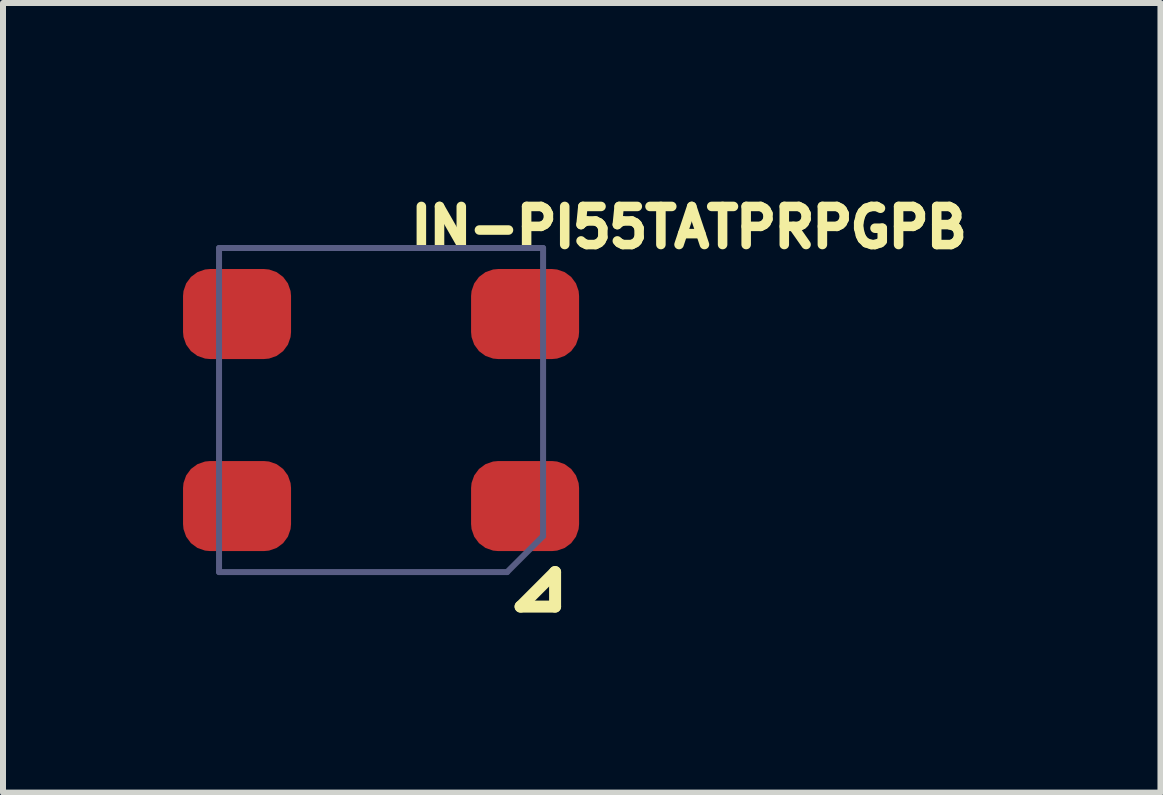
<source format=kicad_pcb>
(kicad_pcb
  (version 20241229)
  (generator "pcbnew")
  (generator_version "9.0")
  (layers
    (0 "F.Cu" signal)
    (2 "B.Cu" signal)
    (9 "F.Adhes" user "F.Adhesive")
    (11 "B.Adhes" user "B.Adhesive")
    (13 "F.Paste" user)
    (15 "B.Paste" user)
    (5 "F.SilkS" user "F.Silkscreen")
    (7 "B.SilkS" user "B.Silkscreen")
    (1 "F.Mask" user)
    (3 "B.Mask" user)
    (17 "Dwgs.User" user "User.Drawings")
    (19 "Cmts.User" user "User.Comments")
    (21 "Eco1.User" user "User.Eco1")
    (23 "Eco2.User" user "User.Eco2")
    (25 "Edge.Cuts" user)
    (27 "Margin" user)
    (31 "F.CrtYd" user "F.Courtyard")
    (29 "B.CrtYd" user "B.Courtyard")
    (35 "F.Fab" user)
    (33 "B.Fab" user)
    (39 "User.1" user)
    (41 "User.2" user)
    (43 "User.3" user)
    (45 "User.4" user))
  (footprint "IN-PI55TATPRPGPB"
    (layer "F.Cu")
    (at 3.3 3.783)
    (property "Reference" "IN-PI55TATPRPGPB" (at 0.416 -2.672 0) (unlocked yes) (layer "F.SilkS") (effects (font (size 0.635 0.635) (thickness 0.254)) (justify left bottom)))
    (fp_line (start 2.325 3.275) (end 2.9 2.7) (stroke (width 0.2) (type solid)) (layer "F.SilkS"))
    (fp_line (start 2.325 3.275) (end 2.9 3.275) (stroke (width 0.2) (type solid)) (layer "F.SilkS"))
    (fp_line (start 2.9 3.275) (end 2.9 2.7) (stroke (width 0.2) (type solid)) (layer "F.SilkS"))
    (fp_line (start -2.7 -2.7) (end 2.7 -2.7) (stroke (width 0.1) (type solid)) (layer "B.Fab"))
    (fp_line (start -2.7 2.7) (end -2.7 -2.7) (stroke (width 0.1) (type solid)) (layer "B.Fab"))
    (fp_line (start -2.7 2.7) (end 2.1 2.7) (stroke (width 0.1) (type solid)) (layer "B.Fab"))
    (fp_line (start 2.1 2.7) (end 2.7 2.1) (stroke (width 0.1) (type solid)) (layer "B.Fab"))
    (fp_line (start 2.7 2.1) (end 2.7 -2.7) (stroke (width 0.1) (type solid)) (layer "B.Fab"))
    (fp_text user "${REFERENCE}" (at -2.4 0.2 0) (unlocked yes) (layer "Eco1.User") (effects (font (size 0.55 0.55) (thickness 0.254)) (justify left bottom)))
    (pad "1" smd roundrect (at -2.4 -1.6 180) (size 1.8 1.5) (layers "F.Cu" "F.Mask" "F.Paste") (roundrect_rratio 0.3))
    (pad "2" smd roundrect (at -2.4 1.6 180) (size 1.8 1.5) (layers "F.Cu" "F.Mask" "F.Paste") (roundrect_rratio 0.3))
    (pad "3" smd roundrect (at 2.4 1.6 180) (size 1.8 1.5) (layers "F.Cu" "F.Mask" "F.Paste") (roundrect_rratio 0.3))
    (pad "4" smd roundrect (at 2.4 -1.6 180) (size 1.8 1.5) (layers "F.Cu" "F.Mask" "F.Paste") (roundrect_rratio 0.3)))
  (gr_rect
    (start -3 -3)
    (end 16.288 10.158)
    (stroke (width 0.1) (type default))
    (fill no)
    (layer "Edge.Cuts")))
</source>
